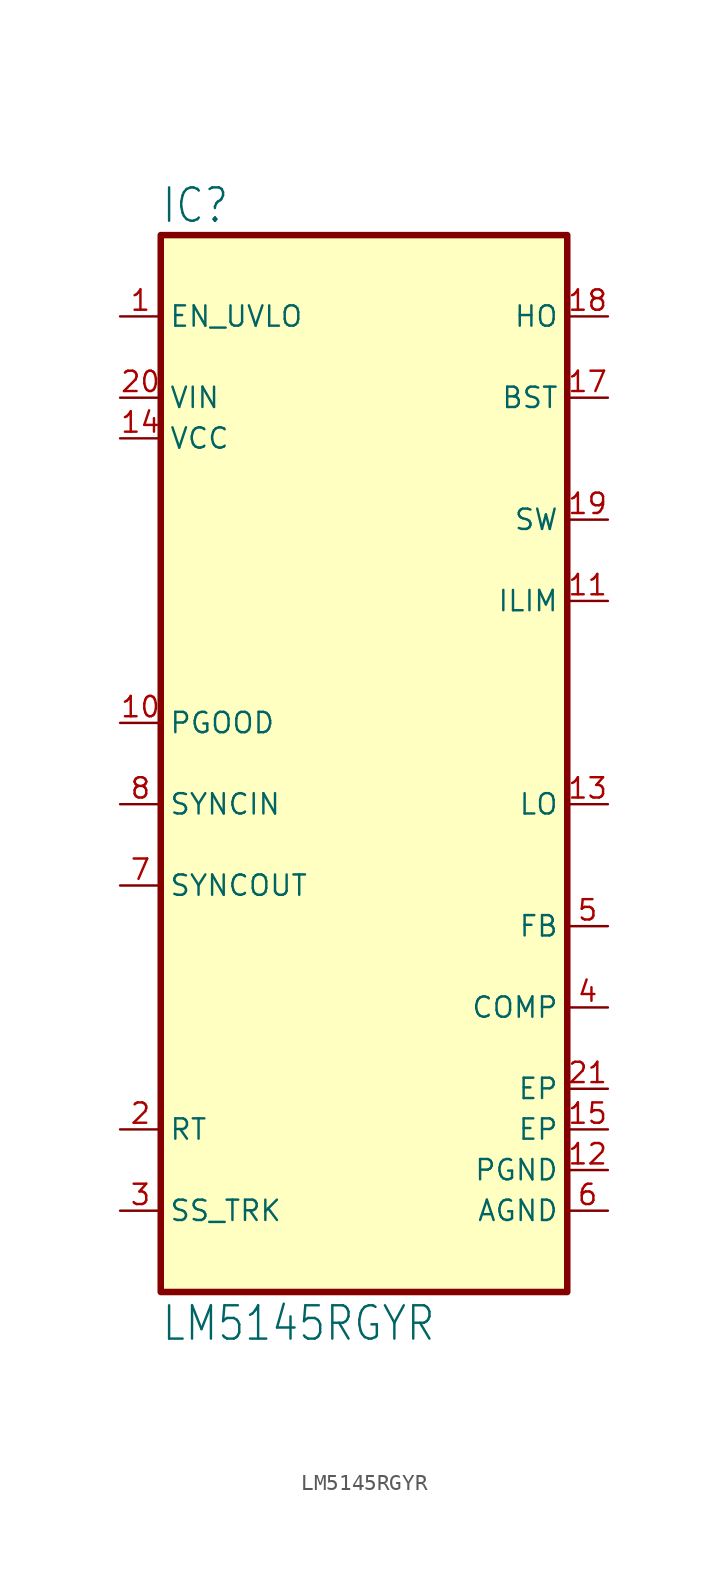
<source format=kicad_sym>
(kicad_symbol_lib
  (version 20220914)
  (generator kicad_symbol_editor)
  (symbol "LM5145RGYR"
    (property "Reference" "IC"
      (at -12.7 33.655 0)
      (effects (font (size 2.083 1.77)) (justify left bottom)))
    (property "Value" "LM5145RGYR"
      (at -12.7 -36.195 0)
      (effects (font (size 2.083 1.77)) (justify left bottom)))
    (symbol "LM5145RGYR_1_0"
      (pin input line (at -15.24 27.94 0) (length 2.54) (name "EN_UVLO" (effects (font (size 1.27 1.27)))) (number "1" (effects (font (size 1.27 1.27)))))
      (pin open_collector line (at -15.24 2.54 0) (length 2.54) (name "PGOOD" (effects (font (size 1.27 1.27)))) (number "10" (effects (font (size 1.27 1.27)))))
      (pin input line (at 15.24 10.16 180) (length 2.54) (name "ILIM" (effects (font (size 1.27 1.27)))) (number "11" (effects (font (size 1.27 1.27)))))
      (pin power_in line (at 15.24 -25.4 180) (length 2.54) (name "PGND" (effects (font (size 1.27 1.27)))) (number "12" (effects (font (size 1.27 1.27)))))
      (pin output line (at 15.24 -2.54 180) (length 2.54) (name "LO" (effects (font (size 1.27 1.27)))) (number "13" (effects (font (size 1.27 1.27)))))
      (pin power_in line (at -15.24 20.32 0) (length 2.54) (name "VCC" (effects (font (size 1.27 1.27)))) (number "14" (effects (font (size 1.27 1.27)))))
      (pin passive line (at 15.24 -22.86 180) (length 2.54) (name "EP" (effects (font (size 1.27 1.27)))) (number "15" (effects (font (size 1.27 1.27)))))
      (pin no_connect line (at -15.24 17.78 0) (length 2.54) hide (name "NC" (effects (font (size 1.27 1.27)))) (number "16" (effects (font (size 1.27 1.27)))))
      (pin passive line (at 15.24 22.86 180) (length 2.54) (name "BST" (effects (font (size 1.27 1.27)))) (number "17" (effects (font (size 1.27 1.27)))))
      (pin output line (at 15.24 27.94 180) (length 2.54) (name "HO" (effects (font (size 1.27 1.27)))) (number "18" (effects (font (size 1.27 1.27)))))
      (pin power_in line (at 15.24 15.24 180) (length 2.54) (name "SW" (effects (font (size 1.27 1.27)))) (number "19" (effects (font (size 1.27 1.27)))))
      (pin input line (at -15.24 -22.86 0) (length 2.54) (name "RT" (effects (font (size 1.27 1.27)))) (number "2" (effects (font (size 1.27 1.27)))))
      (pin power_in line (at -15.24 22.86 0) (length 2.54) (name "VIN" (effects (font (size 1.27 1.27)))) (number "20" (effects (font (size 1.27 1.27)))))
      (pin passive line (at 15.24 -20.32 180) (length 2.54) (name "EP" (effects (font (size 1.27 1.27)))) (number "21" (effects (font (size 1.27 1.27)))))
      (pin input line (at -15.24 -27.94 0) (length 2.54) (name "SS_TRK" (effects (font (size 1.27 1.27)))) (number "3" (effects (font (size 1.27 1.27)))))
      (pin passive line (at 15.24 -15.24 180) (length 2.54) (name "COMP" (effects (font (size 1.27 1.27)))) (number "4" (effects (font (size 1.27 1.27)))))
      (pin input line (at 15.24 -10.16 180) (length 2.54) (name "FB" (effects (font (size 1.27 1.27)))) (number "5" (effects (font (size 1.27 1.27)))))
      (pin passive line (at 15.24 -27.94 180) (length 2.54) (name "AGND" (effects (font (size 1.27 1.27)))) (number "6" (effects (font (size 1.27 1.27)))))
      (pin output line (at -15.24 -7.62 0) (length 2.54) (name "SYNCOUT" (effects (font (size 1.27 1.27)))) (number "7" (effects (font (size 1.27 1.27)))))
      (pin input line (at -15.24 -2.54 0) (length 2.54) (name "SYNCIN" (effects (font (size 1.27 1.27)))) (number "8" (effects (font (size 1.27 1.27)))))
      (pin no_connect line (at -15.24 15.24 0) (length 2.54) hide (name "NC" (effects (font (size 1.27 1.27)))) (number "9" (effects (font (size 1.27 1.27))))))
    (symbol "LM5145RGYR_1_1"
      (rectangle (start -12.7 33.02) (end 12.7 -33.02) (stroke (width 0.406) (type default)) (fill (type background))))))
</source>
